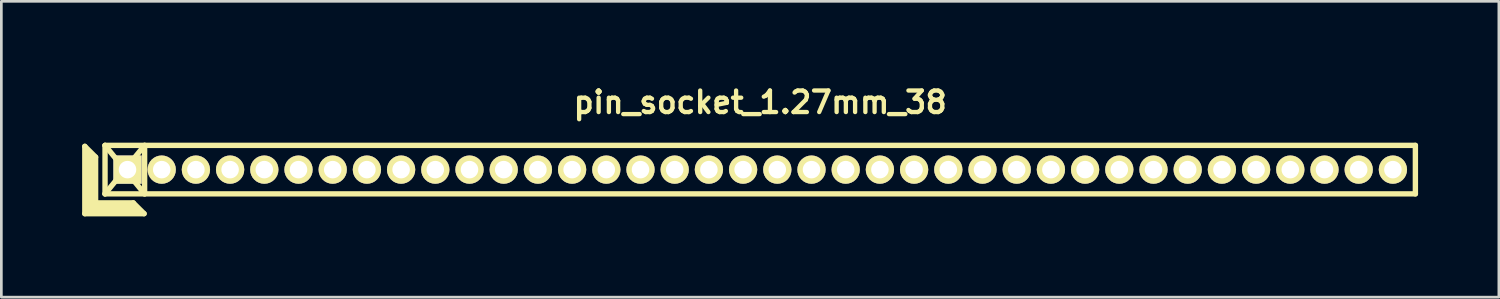
<source format=kicad_pcb>
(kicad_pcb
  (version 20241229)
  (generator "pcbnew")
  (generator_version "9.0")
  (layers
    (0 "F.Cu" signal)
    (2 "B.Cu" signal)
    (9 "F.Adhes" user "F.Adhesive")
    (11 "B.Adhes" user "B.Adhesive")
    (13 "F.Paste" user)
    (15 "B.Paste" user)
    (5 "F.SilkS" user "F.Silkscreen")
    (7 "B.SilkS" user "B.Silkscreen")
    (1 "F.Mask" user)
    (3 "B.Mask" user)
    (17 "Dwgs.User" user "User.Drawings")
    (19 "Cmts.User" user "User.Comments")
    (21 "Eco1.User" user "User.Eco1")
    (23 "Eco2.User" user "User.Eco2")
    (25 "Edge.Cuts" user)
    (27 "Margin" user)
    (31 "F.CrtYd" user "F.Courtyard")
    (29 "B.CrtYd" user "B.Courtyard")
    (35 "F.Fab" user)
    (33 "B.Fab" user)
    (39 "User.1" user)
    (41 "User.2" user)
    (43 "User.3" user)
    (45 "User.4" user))
  (footprint "pin_socket_1.27mm_38"
    (layer "F.Cu")
    (at 25.18 3.249)
    (property "Reference" "pin_socket_1.27mm_38" (at 0 -2.5 0) (layer "F.SilkS") (effects (font (size 0.8 0.8) (thickness 0.16))))
    (attr through_hole)
    (fp_line (start -25.08 -0.864) (end -25.08 1.636) (stroke (width 0.2) (type solid)) (layer "F.SilkS"))
    (fp_line (start -25.08 -0.864) (end -24.68 -0.464) (stroke (width 0.2) (type solid)) (layer "F.SilkS"))
    (fp_line (start -25.08 1.636) (end -22.88 1.636) (stroke (width 0.2) (type solid)) (layer "F.SilkS"))
    (fp_line (start -24.98 1.536) (end -24.98 -0.664) (stroke (width 0.2) (type solid)) (layer "F.SilkS"))
    (fp_line (start -24.98 1.536) (end -23.08 1.536) (stroke (width 0.2) (type solid)) (layer "F.SilkS"))
    (fp_line (start -24.88 1.436) (end -24.88 -0.564) (stroke (width 0.2) (type solid)) (layer "F.SilkS"))
    (fp_line (start -24.88 1.436) (end -23.18 1.436) (stroke (width 0.2) (type solid)) (layer "F.SilkS"))
    (fp_line (start -24.78 1.336) (end -24.78 -0.464) (stroke (width 0.2) (type solid)) (layer "F.SilkS"))
    (fp_line (start -24.78 1.336) (end -23.28 1.336) (stroke (width 0.2) (type solid)) (layer "F.SilkS"))
    (fp_line (start -24.68 1.236) (end -24.68 -0.464) (stroke (width 0.2) (type solid)) (layer "F.SilkS"))
    (fp_line (start -24.68 1.236) (end -23.28 1.236) (stroke (width 0.2) (type solid)) (layer "F.SilkS"))
    (fp_line (start -24.33 -0.9) (end -22.86 0.9) (stroke (width 0.2) (type solid)) (layer "F.SilkS"))
    (fp_line (start -24.33 -0.9) (end 24.33 -0.9) (stroke (width 0.2) (type solid)) (layer "F.SilkS"))
    (fp_line (start -24.33 0.9) (end -24.33 -0.9) (stroke (width 0.2) (type solid)) (layer "F.SilkS"))
    (fp_line (start -24.33 0.9) (end -22.86 -0.9) (stroke (width 0.2) (type solid)) (layer "F.SilkS"))
    (fp_line (start -23.28 1.236) (end -22.88 1.636) (stroke (width 0.2) (type solid)) (layer "F.SilkS"))
    (fp_line (start -22.86 -0.9) (end -22.86 0.9) (stroke (width 0.2) (type solid)) (layer "F.SilkS"))
    (fp_line (start 24.33 -0.9) (end 24.33 0.9) (stroke (width 0.2) (type solid)) (layer "F.SilkS"))
    (fp_line (start 24.33 0.9) (end -24.33 0.9) (stroke (width 0.2) (type solid)) (layer "F.SilkS"))
    (pad "1" thru_hole rect (at -23.495 0) (size 1.05 1.05) (drill 0.65) (layers "*.Cu" "*.Mask" "F.SilkS"))
    (pad "2" thru_hole oval (at -22.225 0) (size 1.05 1.05) (drill 0.65) (layers "*.Cu" "*.Mask" "F.SilkS"))
    (pad "3" thru_hole oval (at -20.955 0) (size 1.05 1.05) (drill 0.65) (layers "*.Cu" "*.Mask" "F.SilkS"))
    (pad "4" thru_hole oval (at -19.685 0) (size 1.05 1.05) (drill 0.65) (layers "*.Cu" "*.Mask" "F.SilkS"))
    (pad "5" thru_hole oval (at -18.415 0) (size 1.05 1.05) (drill 0.65) (layers "*.Cu" "*.Mask" "F.SilkS"))
    (pad "6" thru_hole oval (at -17.145 0) (size 1.05 1.05) (drill 0.65) (layers "*.Cu" "*.Mask" "F.SilkS"))
    (pad "7" thru_hole oval (at -15.875 0) (size 1.05 1.05) (drill 0.65) (layers "*.Cu" "*.Mask" "F.SilkS"))
    (pad "8" thru_hole oval (at -14.605 0) (size 1.05 1.05) (drill 0.65) (layers "*.Cu" "*.Mask" "F.SilkS"))
    (pad "9" thru_hole oval (at -13.335 0) (size 1.05 1.05) (drill 0.65) (layers "*.Cu" "*.Mask" "F.SilkS"))
    (pad "10" thru_hole oval (at -12.065 0) (size 1.05 1.05) (drill 0.65) (layers "*.Cu" "*.Mask" "F.SilkS"))
    (pad "11" thru_hole oval (at -10.795 0) (size 1.05 1.05) (drill 0.65) (layers "*.Cu" "*.Mask" "F.SilkS"))
    (pad "12" thru_hole oval (at -9.525 0) (size 1.05 1.05) (drill 0.65) (layers "*.Cu" "*.Mask" "F.SilkS"))
    (pad "13" thru_hole oval (at -8.255 0) (size 1.05 1.05) (drill 0.65) (layers "*.Cu" "*.Mask" "F.SilkS"))
    (pad "14" thru_hole oval (at -6.985 0) (size 1.05 1.05) (drill 0.65) (layers "*.Cu" "*.Mask" "F.SilkS"))
    (pad "15" thru_hole oval (at -5.715 0) (size 1.05 1.05) (drill 0.65) (layers "*.Cu" "*.Mask" "F.SilkS"))
    (pad "16" thru_hole oval (at -4.445 0) (size 1.05 1.05) (drill 0.65) (layers "*.Cu" "*.Mask" "F.SilkS"))
    (pad "17" thru_hole oval (at -3.175 0) (size 1.05 1.05) (drill 0.65) (layers "*.Cu" "*.Mask" "F.SilkS"))
    (pad "18" thru_hole oval (at -1.905 0) (size 1.05 1.05) (drill 0.65) (layers "*.Cu" "*.Mask" "F.SilkS"))
    (pad "19" thru_hole oval (at -0.635 0) (size 1.05 1.05) (drill 0.65) (layers "*.Cu" "*.Mask" "F.SilkS"))
    (pad "20" thru_hole oval (at 0.635 0) (size 1.05 1.05) (drill 0.65) (layers "*.Cu" "*.Mask" "F.SilkS"))
    (pad "21" thru_hole oval (at 1.905 0) (size 1.05 1.05) (drill 0.65) (layers "*.Cu" "*.Mask" "F.SilkS"))
    (pad "22" thru_hole oval (at 3.175 0) (size 1.05 1.05) (drill 0.65) (layers "*.Cu" "*.Mask" "F.SilkS"))
    (pad "23" thru_hole oval (at 4.445 0) (size 1.05 1.05) (drill 0.65) (layers "*.Cu" "*.Mask" "F.SilkS"))
    (pad "24" thru_hole oval (at 5.715 0) (size 1.05 1.05) (drill 0.65) (layers "*.Cu" "*.Mask" "F.SilkS"))
    (pad "25" thru_hole oval (at 6.985 0) (size 1.05 1.05) (drill 0.65) (layers "*.Cu" "*.Mask" "F.SilkS"))
    (pad "26" thru_hole oval (at 8.255 0) (size 1.05 1.05) (drill 0.65) (layers "*.Cu" "*.Mask" "F.SilkS"))
    (pad "27" thru_hole oval (at 9.525 0) (size 1.05 1.05) (drill 0.65) (layers "*.Cu" "*.Mask" "F.SilkS"))
    (pad "28" thru_hole oval (at 10.795 0) (size 1.05 1.05) (drill 0.65) (layers "*.Cu" "*.Mask" "F.SilkS"))
    (pad "29" thru_hole oval (at 12.065 0) (size 1.05 1.05) (drill 0.65) (layers "*.Cu" "*.Mask" "F.SilkS"))
    (pad "30" thru_hole oval (at 13.335 0) (size 1.05 1.05) (drill 0.65) (layers "*.Cu" "*.Mask" "F.SilkS"))
    (pad "31" thru_hole oval (at 14.605 0) (size 1.05 1.05) (drill 0.65) (layers "*.Cu" "*.Mask" "F.SilkS"))
    (pad "32" thru_hole oval (at 15.875 0) (size 1.05 1.05) (drill 0.65) (layers "*.Cu" "*.Mask" "F.SilkS"))
    (pad "33" thru_hole oval (at 17.145 0) (size 1.05 1.05) (drill 0.65) (layers "*.Cu" "*.Mask" "F.SilkS"))
    (pad "34" thru_hole oval (at 18.415 0) (size 1.05 1.05) (drill 0.65) (layers "*.Cu" "*.Mask" "F.SilkS"))
    (pad "35" thru_hole oval (at 19.685 0) (size 1.05 1.05) (drill 0.65) (layers "*.Cu" "*.Mask" "F.SilkS"))
    (pad "36" thru_hole oval (at 20.955 0) (size 1.05 1.05) (drill 0.65) (layers "*.Cu" "*.Mask" "F.SilkS"))
    (pad "37" thru_hole oval (at 22.225 0) (size 1.05 1.05) (drill 0.65) (layers "*.Cu" "*.Mask" "F.SilkS"))
    (pad "38" thru_hole oval (at 23.495 0) (size 1.05 1.05) (drill 0.65) (layers "*.Cu" "*.Mask" "F.SilkS")))
  (gr_rect
    (start -3 -3)
    (end 52.61 7.985)
    (stroke (width 0.1) (type default))
    (fill no)
    (layer "Edge.Cuts")))
</source>
